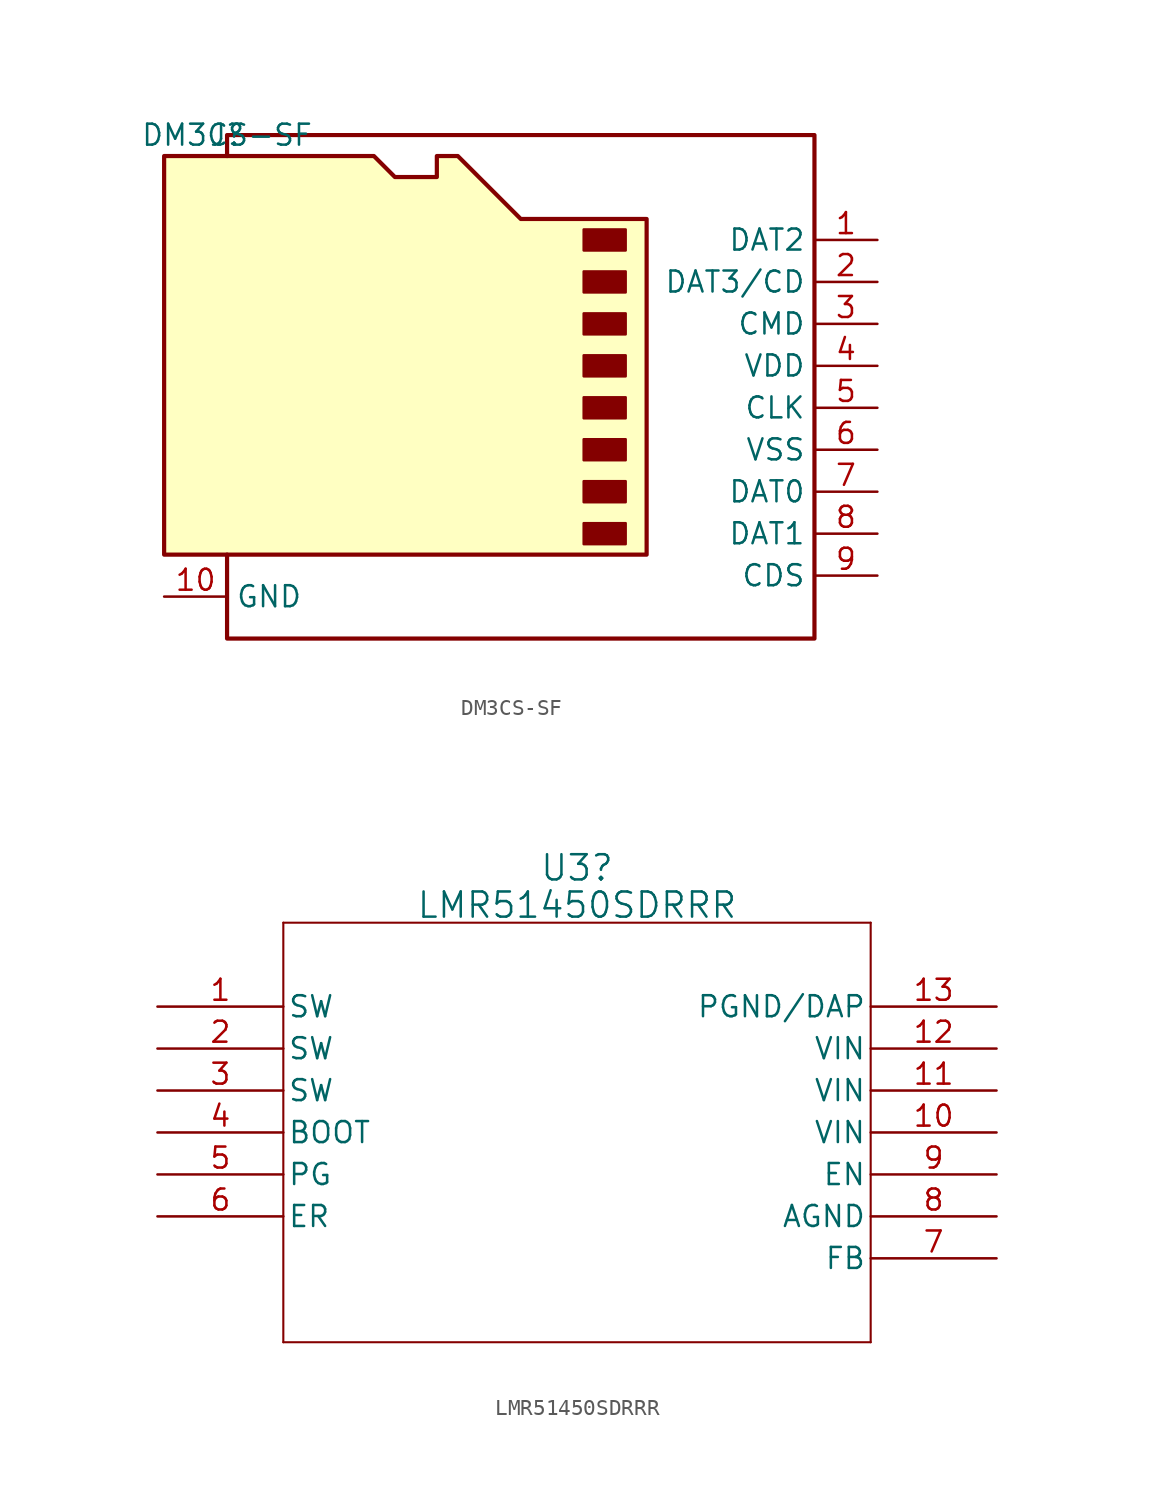
<source format=kicad_sym>
(kicad_symbol_lib
  (version 20220914)
  (generator kicad_symbol_editor)
  (symbol "DM3CS-SF"
    (property "Reference" "J"
      (at 0 0 0)
      (effects (font (size 1.27 1.27))))
    (property "Value" "DM3CS-SF"
      (at 0 0 0)
      (effects (font (size 1.27 1.27))))
    (symbol "DM3CS-SF_0_1"
      (polyline (pts (xy 0 -1.27) (xy 0 0) (xy 35.56 0) (xy 35.56 -30.48) (xy 0 -30.48) (xy 0 -25.4)) (stroke (width 0.254) (type default)) (fill (type none)))
      (polyline (pts (xy 25.4 -25.4) (xy 25.4 -5.08) (xy 17.78 -5.08) (xy 13.97 -1.27) (xy 12.7 -1.27) (xy 12.7 -2.54) (xy 10.16 -2.54) (xy 8.89 -1.27) (xy -3.81 -1.27) (xy -3.81 -25.4) (xy 25.4 -25.4)) (stroke (width 0.254) (type default)) (fill (type background)))
      (rectangle (start 21.59 -24.765) (end 24.13 -23.495) (stroke (width 0) (type default)) (fill (type outline)))
      (rectangle (start 21.59 -22.225) (end 24.13 -20.955) (stroke (width 0) (type default)) (fill (type outline)))
      (rectangle (start 21.59 -19.685) (end 24.13 -18.415) (stroke (width 0) (type default)) (fill (type outline)))
      (rectangle (start 21.59 -17.145) (end 24.13 -15.875) (stroke (width 0) (type default)) (fill (type outline)))
      (rectangle (start 21.59 -14.605) (end 24.13 -13.335) (stroke (width 0) (type default)) (fill (type outline)))
      (rectangle (start 21.59 -12.065) (end 24.13 -10.795) (stroke (width 0) (type default)) (fill (type outline)))
      (rectangle (start 21.59 -9.525) (end 24.13 -8.255) (stroke (width 0) (type default)) (fill (type outline)))
      (rectangle (start 21.59 -6.985) (end 24.13 -5.715) (stroke (width 0) (type default)) (fill (type outline)))
      (pin unspecified line (at 39.37 -26.67 180) (length 3.81) (name "CDS" (effects (font (size 1.27 1.27)))) (number "9" (effects (font (size 1.27 1.27))))))
    (symbol "DM3CS-SF_1_1"
      (pin bidirectional line (at 39.37 -6.35 180) (length 3.81) (name "DAT2" (effects (font (size 1.27 1.27)))) (number "1" (effects (font (size 1.27 1.27)))))
      (pin power_out line (at -3.81 -27.94 0) (length 3.81) (name "GND" (effects (font (size 1.27 1.27)))) (number "10" (effects (font (size 1.27 1.27)))))
      (pin power_out line (at -3.81 -27.94 0) (length 3.81) hide (name "GND" (effects (font (size 1.27 1.27)))) (number "11" (effects (font (size 1.27 1.27)))))
      (pin power_out line (at -3.81 -27.94 0) (length 3.81) hide (name "GND" (effects (font (size 1.27 1.27)))) (number "12" (effects (font (size 1.27 1.27)))))
      (pin power_out line (at -3.81 -27.94 0) (length 3.81) hide (name "GND" (effects (font (size 1.27 1.27)))) (number "13" (effects (font (size 1.27 1.27)))))
      (pin bidirectional line (at 39.37 -8.89 180) (length 3.81) (name "DAT3/CD" (effects (font (size 1.27 1.27)))) (number "2" (effects (font (size 1.27 1.27)))))
      (pin input line (at 39.37 -11.43 180) (length 3.81) (name "CMD" (effects (font (size 1.27 1.27)))) (number "3" (effects (font (size 1.27 1.27)))))
      (pin power_in line (at 39.37 -13.97 180) (length 3.81) (name "VDD" (effects (font (size 1.27 1.27)))) (number "4" (effects (font (size 1.27 1.27)))))
      (pin input line (at 39.37 -16.51 180) (length 3.81) (name "CLK" (effects (font (size 1.27 1.27)))) (number "5" (effects (font (size 1.27 1.27)))))
      (pin power_in line (at 39.37 -19.05 180) (length 3.81) (name "VSS" (effects (font (size 1.27 1.27)))) (number "6" (effects (font (size 1.27 1.27)))))
      (pin bidirectional line (at 39.37 -21.59 180) (length 3.81) (name "DAT0" (effects (font (size 1.27 1.27)))) (number "7" (effects (font (size 1.27 1.27)))))
      (pin bidirectional line (at 39.37 -24.13 180) (length 3.81) (name "DAT1" (effects (font (size 1.27 1.27)))) (number "8" (effects (font (size 1.27 1.27)))))))
  (symbol "LMR51450SDRRR"
    (pin_names
      (offset 0.254))
    (property "Reference" "U3"
      (at 25.4 8.4 0)
      (effects (font (size 1.524 1.524))))
    (property "Value" "LMR51450SDRRR"
      (at 25.4 6.145 0)
      (effects (font (size 1.524 1.524))))
    (property "ki_locked" ""
      (at 0 0 0)
      (effects (font (size 1.27 1.27))))
    (symbol "LMR51450SDRRR_0_1"
      (polyline (pts (xy 7.62 -20.32) (xy 43.18 -20.32)) (stroke (width 0.127) (type default)) (fill (type none)))
      (polyline (pts (xy 7.62 5.08) (xy 7.62 -20.32)) (stroke (width 0.127) (type default)) (fill (type none)))
      (polyline (pts (xy 43.18 -20.32) (xy 43.18 5.08)) (stroke (width 0.127) (type default)) (fill (type none)))
      (polyline (pts (xy 43.18 5.08) (xy 7.62 5.08)) (stroke (width 0.127) (type default)) (fill (type none)))
      (pin unspecified line (at 0 0 0) (length 7.62) (name "SW" (effects (font (size 1.27 1.27)))) (number "1" (effects (font (size 1.27 1.27)))))
      (pin unspecified line (at 50.8 -7.62 180) (length 7.62) (name "VIN" (effects (font (size 1.27 1.27)))) (number "10" (effects (font (size 1.27 1.27)))))
      (pin unspecified line (at 50.8 -5.08 180) (length 7.62) (name "VIN" (effects (font (size 1.27 1.27)))) (number "11" (effects (font (size 1.27 1.27)))))
      (pin unspecified line (at 50.8 -2.54 180) (length 7.62) (name "VIN" (effects (font (size 1.27 1.27)))) (number "12" (effects (font (size 1.27 1.27)))))
      (pin power_out line (at 50.8 0 180) (length 7.62) (name "PGND/DAP" (effects (font (size 1.27 1.27)))) (number "13" (effects (font (size 1.27 1.27)))))
      (pin unspecified line (at 0 -2.54 0) (length 7.62) (name "SW" (effects (font (size 1.27 1.27)))) (number "2" (effects (font (size 1.27 1.27)))))
      (pin unspecified line (at 0 -5.08 0) (length 7.62) (name "SW" (effects (font (size 1.27 1.27)))) (number "3" (effects (font (size 1.27 1.27)))))
      (pin unspecified line (at 0 -7.62 0) (length 7.62) (name "BOOT" (effects (font (size 1.27 1.27)))) (number "4" (effects (font (size 1.27 1.27)))))
      (pin unspecified line (at 0 -10.16 0) (length 7.62) (name "PG" (effects (font (size 1.27 1.27)))) (number "5" (effects (font (size 1.27 1.27)))))
      (pin unspecified line (at 0 -12.7 0) (length 7.62) (name "ER" (effects (font (size 1.27 1.27)))) (number "6" (effects (font (size 1.27 1.27)))))
      (pin unspecified line (at 50.8 -15.24 180) (length 7.62) (name "FB" (effects (font (size 1.27 1.27)))) (number "7" (effects (font (size 1.27 1.27)))))
      (pin power_out line (at 50.8 -12.7 180) (length 7.62) (name "AGND" (effects (font (size 1.27 1.27)))) (number "8" (effects (font (size 1.27 1.27)))))
      (pin unspecified line (at 50.8 -10.16 180) (length 7.62) (name "EN" (effects (font (size 1.27 1.27)))) (number "9" (effects (font (size 1.27 1.27))))))))
</source>
